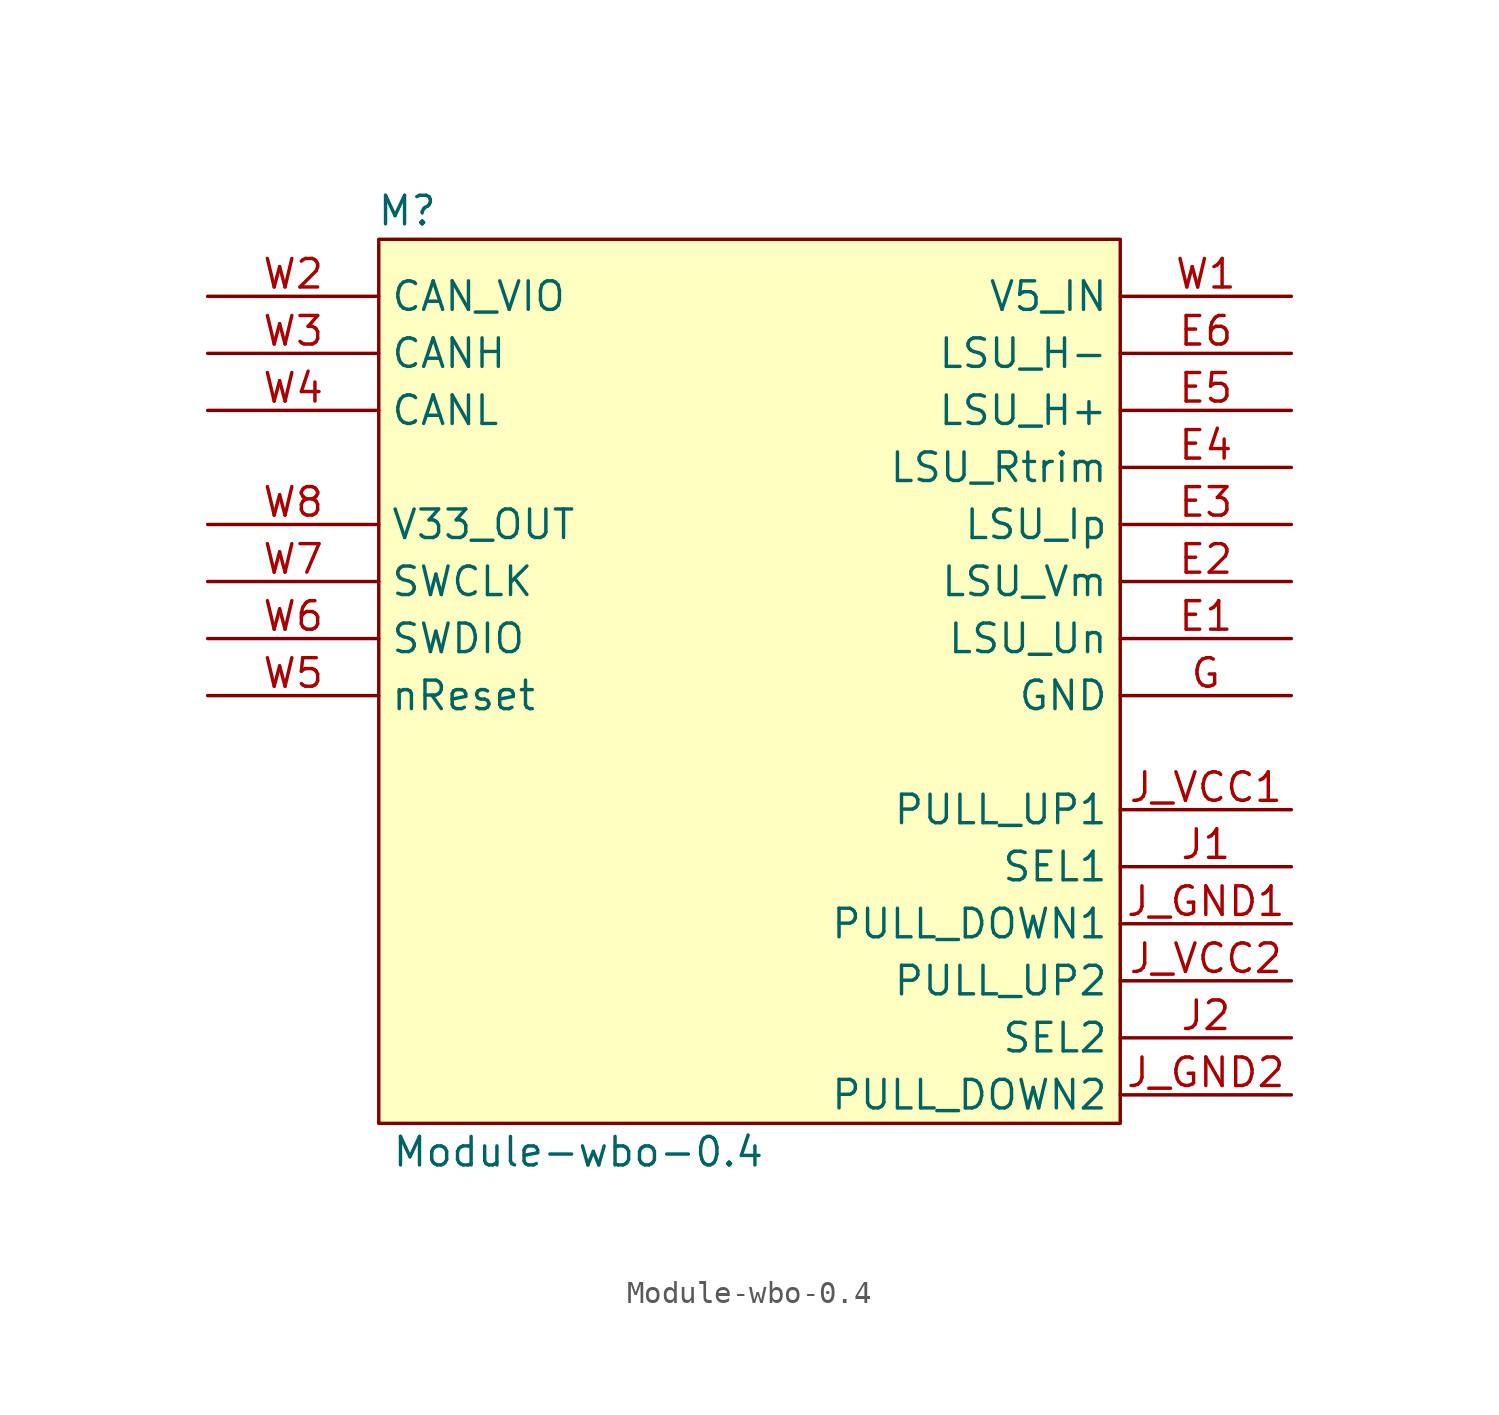
<source format=kicad_sym>
(kicad_symbol_lib
  (version 20211014)
  (generator kicad_symbol_editor)
  (symbol "Module-wbo-0.4"
    (property "Reference" "M"
      (at 1.27 1.27 0)
      (effects (font (size 1.27 1.27))))
    (property "Value" "Module-wbo-0.4"
      (at 8.89 -40.64 0)
      (effects (font (size 1.27 1.27))))
    (symbol "Module-wbo-0.4_1_0"
      (rectangle (start 0 0) (end 33.02 -39.37) (stroke (width 0) (type default) (color 0 0 0 0)) (fill (type background)))
      (pin passive line (at 40.64 -17.78 180) (length 7.62) (name "LSU_Un" (effects (font (size 1.27 1.27)))) (number "E1" (effects (font (size 1.27 1.27)))))
      (pin passive line (at 40.64 -15.24 180) (length 7.62) (name "LSU_Vm" (effects (font (size 1.27 1.27)))) (number "E2" (effects (font (size 1.27 1.27)))))
      (pin passive line (at 40.64 -12.7 180) (length 7.62) (name "LSU_Ip" (effects (font (size 1.27 1.27)))) (number "E3" (effects (font (size 1.27 1.27)))))
      (pin passive line (at 40.64 -10.16 180) (length 7.62) (name "LSU_Rtrim" (effects (font (size 1.27 1.27)))) (number "E4" (effects (font (size 1.27 1.27)))))
      (pin passive line (at 40.64 -7.62 180) (length 7.62) (name "LSU_H+" (effects (font (size 1.27 1.27)))) (number "E5" (effects (font (size 1.27 1.27)))))
      (pin passive line (at 40.64 -5.08 180) (length 7.62) (name "LSU_H-" (effects (font (size 1.27 1.27)))) (number "E6" (effects (font (size 1.27 1.27)))))
      (pin passive line (at 40.64 -20.32 180) (length 7.62) (name "GND" (effects (font (size 1.27 1.27)))) (number "G" (effects (font (size 1.27 1.27)))))
      (pin passive line (at 40.64 -27.94 180) (length 7.62) (name "SEL1" (effects (font (size 1.27 1.27)))) (number "J1" (effects (font (size 1.27 1.27)))))
      (pin passive line (at 40.64 -35.56 180) (length 7.62) (name "SEL2" (effects (font (size 1.27 1.27)))) (number "J2" (effects (font (size 1.27 1.27)))))
      (pin passive line (at 40.64 -30.48 180) (length 7.62) (name "PULL_DOWN1" (effects (font (size 1.27 1.27)))) (number "J_GND1" (effects (font (size 1.27 1.27)))))
      (pin passive line (at 40.64 -38.1 180) (length 7.62) (name "PULL_DOWN2" (effects (font (size 1.27 1.27)))) (number "J_GND2" (effects (font (size 1.27 1.27)))))
      (pin passive line (at 40.64 -25.4 180) (length 7.62) (name "PULL_UP1" (effects (font (size 1.27 1.27)))) (number "J_VCC1" (effects (font (size 1.27 1.27)))))
      (pin passive line (at 40.64 -33.02 180) (length 7.62) (name "PULL_UP2" (effects (font (size 1.27 1.27)))) (number "J_VCC2" (effects (font (size 1.27 1.27)))))
      (pin passive line (at 40.64 -2.54 180) (length 7.62) (name "V5_IN" (effects (font (size 1.27 1.27)))) (number "W1" (effects (font (size 1.27 1.27)))))
      (pin passive line (at -7.62 -2.54 0) (length 7.62) (name "CAN_VIO" (effects (font (size 1.27 1.27)))) (number "W2" (effects (font (size 1.27 1.27)))))
      (pin passive line (at -7.62 -5.08 0) (length 7.62) (name "CANH" (effects (font (size 1.27 1.27)))) (number "W3" (effects (font (size 1.27 1.27)))))
      (pin passive line (at -7.62 -7.62 0) (length 7.62) (name "CANL" (effects (font (size 1.27 1.27)))) (number "W4" (effects (font (size 1.27 1.27)))))
      (pin passive line (at -7.62 -20.32 0) (length 7.62) (name "nReset" (effects (font (size 1.27 1.27)))) (number "W5" (effects (font (size 1.27 1.27)))))
      (pin passive line (at -7.62 -17.78 0) (length 7.62) (name "SWDIO" (effects (font (size 1.27 1.27)))) (number "W6" (effects (font (size 1.27 1.27)))))
      (pin passive line (at -7.62 -15.24 0) (length 7.62) (name "SWCLK" (effects (font (size 1.27 1.27)))) (number "W7" (effects (font (size 1.27 1.27)))))
      (pin passive line (at -7.62 -12.7 0) (length 7.62) (name "V33_OUT" (effects (font (size 1.27 1.27)))) (number "W8" (effects (font (size 1.27 1.27))))))))
</source>
